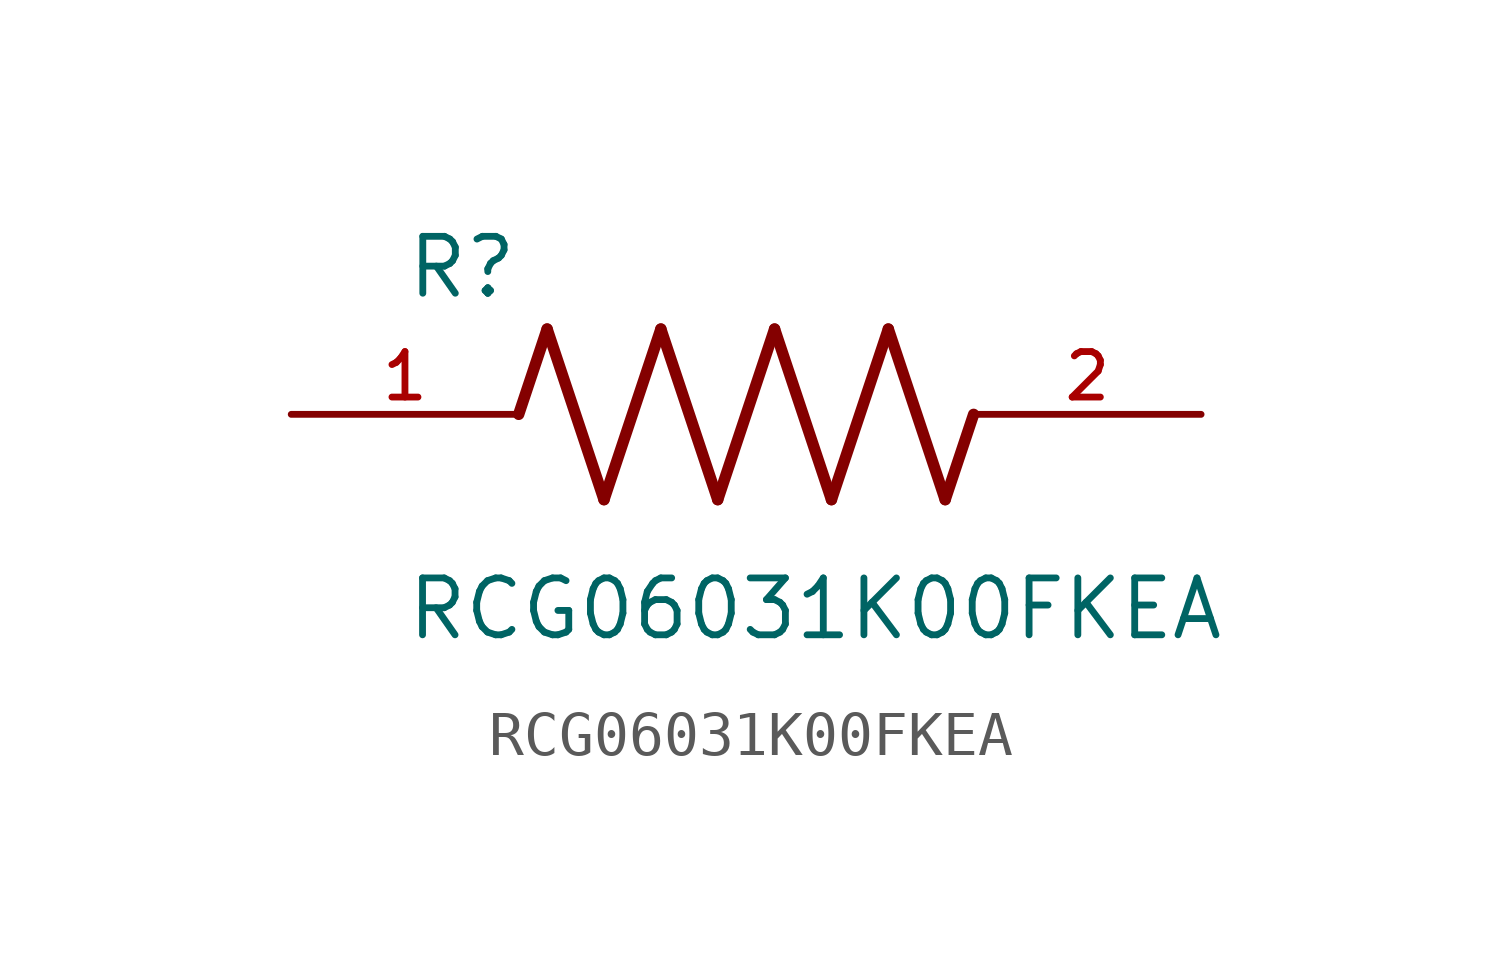
<source format=kicad_sym>
(kicad_symbol_lib
  (version 20241209)
  (generator "kicad_symbol_editor")
  (generator_version "9.0")
  (symbol "RCG06031K00FKEA"
    (pin_names
      (offset 1.016))
    (property "Reference" "R"
      (at -7.624 2.542 0)
      (effects (font (size 1.27 1.27)) (justify left bottom)))
    (property "Value" "RCG06031K00FKEA"
      (at -7.63 -5.087 0)
      (effects (font (size 1.27 1.27)) (justify left bottom)))
    (symbol "RCG06031K00FKEA_0_0"
      (polyline (pts (xy -5.08 0) (xy -4.445 1.905)) (stroke (width 0.254) (type default)) (fill (type none)))
      (polyline (pts (xy -4.445 1.905) (xy -3.175 -1.905)) (stroke (width 0.254) (type default)) (fill (type none)))
      (polyline (pts (xy -3.175 -1.905) (xy -1.905 1.905)) (stroke (width 0.254) (type default)) (fill (type none)))
      (polyline (pts (xy -1.905 1.905) (xy -0.635 -1.905)) (stroke (width 0.254) (type default)) (fill (type none)))
      (polyline (pts (xy -0.635 -1.905) (xy 0.635 1.905)) (stroke (width 0.254) (type default)) (fill (type none)))
      (polyline (pts (xy 0.635 1.905) (xy 1.905 -1.905)) (stroke (width 0.254) (type default)) (fill (type none)))
      (polyline (pts (xy 1.905 -1.905) (xy 3.175 1.905)) (stroke (width 0.254) (type default)) (fill (type none)))
      (polyline (pts (xy 3.175 1.905) (xy 4.445 -1.905)) (stroke (width 0.254) (type default)) (fill (type none)))
      (polyline (pts (xy 4.445 -1.905) (xy 5.08 0)) (stroke (width 0.254) (type default)) (fill (type none)))
      (pin passive line (at -10.16 0 0) (length 5.08) (name "~" (effects (font (size 1.016 1.016)))) (number "1" (effects (font (size 1.016 1.016)))))
      (pin passive line (at 10.16 0 180) (length 5.08) (name "~" (effects (font (size 1.016 1.016)))) (number "2" (effects (font (size 1.016 1.016))))))))
</source>
